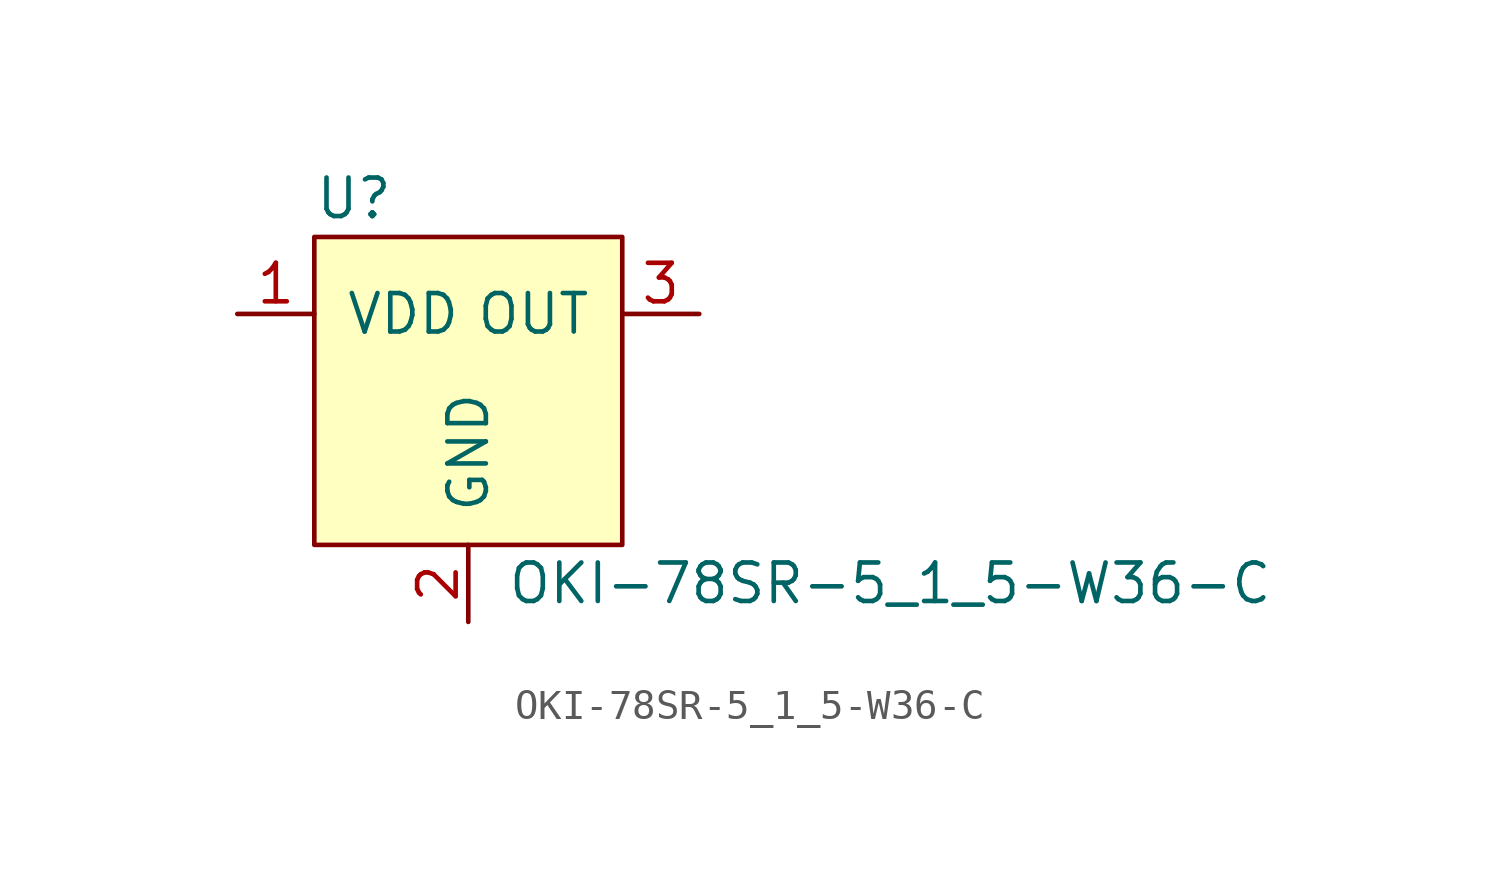
<source format=kicad_sym>
(kicad_symbol_lib
  (version 20201005)
  (generator kicad_symbol_editor)
  (symbol "OKI-78SR-5_1_5-W36-C"
    (pin_names
      (offset 1.016))
    (property "Reference" "U"
      (at -5.08 6.35 0)
      (effects (font (size 1.27 1.27)) (justify left)))
    (property "Value" "OKI-78SR-5_1_5-W36-C"
      (at 1.27 -6.35 0)
      (effects (font (size 1.27 1.27)) (justify left)))
    (symbol "OKI-78SR-5_1_5-W36-C_0_1"
      (rectangle (start 5.08 5.08) (end -5.08 -5.08) (stroke (width 0)) (fill (type background))))
    (symbol "OKI-78SR-5_1_5-W36-C_1_1"
      (pin power_in line (at -7.62 2.54 0) (length 2.54) (name "VDD" (effects (font (size 1.27 1.27)))) (number "1" (effects (font (size 1.27 1.27)))))
      (pin power_in line (at 0 -7.62 90) (length 2.54) (name "GND" (effects (font (size 1.27 1.27)))) (number "2" (effects (font (size 1.27 1.27)))))
      (pin power_out line (at 7.62 2.54 180) (length 2.54) (name "OUT" (effects (font (size 1.27 1.27)))) (number "3" (effects (font (size 1.27 1.27))))))))
</source>
